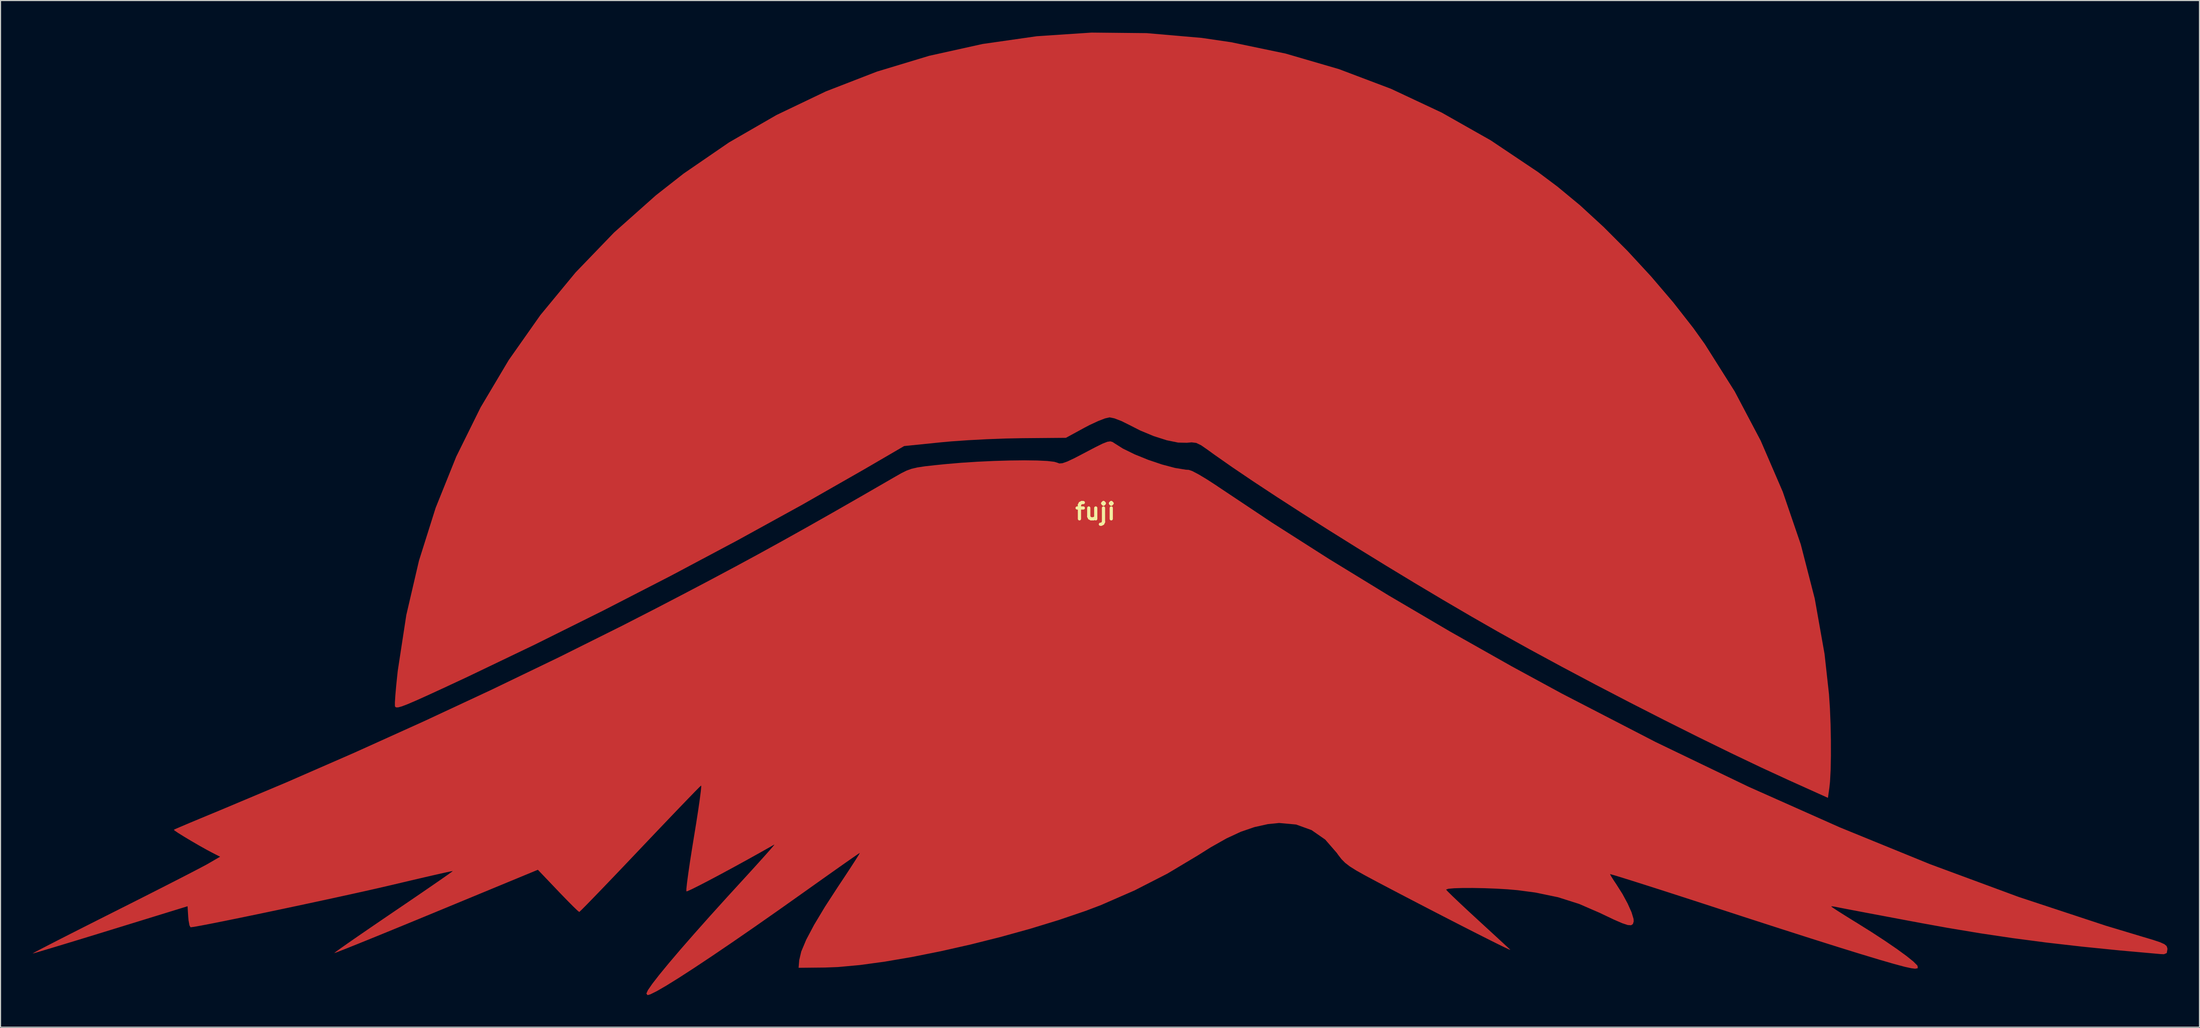
<source format=kicad_pcb>
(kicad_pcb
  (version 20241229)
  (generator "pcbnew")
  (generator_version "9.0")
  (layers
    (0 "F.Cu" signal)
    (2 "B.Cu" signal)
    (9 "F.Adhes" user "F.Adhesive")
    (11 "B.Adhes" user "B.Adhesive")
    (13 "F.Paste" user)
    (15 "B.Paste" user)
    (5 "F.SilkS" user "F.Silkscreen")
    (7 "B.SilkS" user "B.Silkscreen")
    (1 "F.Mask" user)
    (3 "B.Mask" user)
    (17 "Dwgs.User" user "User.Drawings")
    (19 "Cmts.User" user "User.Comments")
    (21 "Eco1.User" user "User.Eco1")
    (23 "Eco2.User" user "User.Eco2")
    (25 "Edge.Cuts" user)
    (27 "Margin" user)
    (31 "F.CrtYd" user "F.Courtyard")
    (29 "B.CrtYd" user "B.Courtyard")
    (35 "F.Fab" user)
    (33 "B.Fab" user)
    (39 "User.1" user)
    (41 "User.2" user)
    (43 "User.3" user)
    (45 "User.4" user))
  (footprint "fuji"
    (layer "F.Cu")
    (at 99.398 44.821)
    (property "Reference" "fuji" (at 0 0 0) (layer "F.SilkS") (effects (font (size 1.524 1.524) (thickness 0.3))))
    (attr board_only exclude_from_pos_files exclude_from_bom)
    (fp_poly (pts (xy 4.792 -44.771) (xy 9.948 -44.324) (xy 12.693 -43.921) (xy 17.793 -42.857) (xy 22.785 -41.401) (xy 27.655 -39.558) (xy 32.391 -37.334) (xy 36.978 -34.736) (xy 41.403 -31.768) (xy 43.221 -30.405) (xy 45.332 -28.658) (xy 47.545 -26.621) (xy 49.786 -24.374) (xy 51.978 -21.999) (xy 54.047 -19.575) (xy 55.918 -17.182) (xy 57 -15.67) (xy 59.799 -11.236) (xy 62.232 -6.622) (xy 64.294 -1.843) (xy 65.98 3.086) (xy 67.284 8.152) (xy 68.202 13.34) (xy 68.617 17.104) (xy 68.705 18.43) (xy 68.764 19.9) (xy 68.795 21.418) (xy 68.797 22.886) (xy 68.77 24.207) (xy 68.713 25.286) (xy 68.654 25.846) (xy 68.519 26.803) (xy 64.831 25.14) (xy 62.28 23.963) (xy 59.449 22.612) (xy 56.41 21.123) (xy 53.236 19.534) (xy 49.997 17.88) (xy 46.766 16.199) (xy 43.615 14.526) (xy 40.615 12.9) (xy 37.838 11.356) (xy 37.588 11.215) (xy 35.129 9.805) (xy 32.541 8.29) (xy 29.87 6.697) (xy 27.164 5.056) (xy 24.469 3.397) (xy 21.831 1.748) (xy 19.297 0.139) (xy 16.914 -1.401) (xy 14.728 -2.842) (xy 12.787 -4.156) (xy 11.136 -5.313) (xy 10.51 -5.767) (xy 9.89 -6.198) (xy 9.436 -6.416) (xy 9.002 -6.47) (xy 8.561 -6.429) (xy 7.743 -6.447) (xy 6.68 -6.664) (xy 5.468 -7.05) (xy 4.202 -7.576) (xy 3.168 -8.103) (xy 2.446 -8.461) (xy 1.782 -8.715) (xy 1.333 -8.808) (xy 0.906 -8.712) (xy 0.238 -8.454) (xy -0.561 -8.08) (xy -0.999 -7.85) (xy -2.756 -6.892) (xy -6.857 -6.859) (xy -8.433 -6.828) (xy -10.167 -6.762) (xy -11.907 -6.669) (xy -13.497 -6.558) (xy -14.422 -6.474) (xy -17.885 -6.122) (xy -21.694 -3.902) (xy -27.43 -0.625) (xy -33.467 2.699) (xy -39.704 6.019) (xy -46.044 9.282) (xy -52.388 12.439) (xy -58.638 15.438) (xy -61.042 16.56) (xy -62.443 17.205) (xy -63.517 17.689) (xy -64.308 18.029) (xy -64.859 18.24) (xy -65.212 18.337) (xy -65.411 18.338) (xy -65.498 18.257) (xy -65.512 18.208) (xy -65.513 17.87) (xy -65.471 17.211) (xy -65.393 16.316) (xy -65.285 15.27) (xy -65.244 14.9) (xy -64.446 9.691) (xy -63.262 4.605) (xy -61.702 -0.342) (xy -59.777 -5.131) (xy -57.496 -9.746) (xy -54.869 -14.168) (xy -51.906 -18.381) (xy -48.617 -22.368) (xy -45.013 -26.11) (xy -41.102 -29.591) (xy -38.51 -31.624) (xy -34.262 -34.542) (xy -29.817 -37.109) (xy -25.199 -39.319) (xy -20.432 -41.168) (xy -15.541 -42.648) (xy -10.549 -43.754) (xy -5.48 -44.48) (xy -0.358 -44.821)) (stroke (width 0) (type solid)) (fill yes) (layer "F.Cu"))
    (fp_poly (pts (xy 1.614 -6.501) (xy 1.741 -6.415) (xy 2.579 -5.884) (xy 3.685 -5.343) (xy 4.943 -4.833) (xy 6.237 -4.396) (xy 7.451 -4.074) (xy 8.469 -3.909) (xy 8.739 -3.895) (xy 9.066 -3.782) (xy 9.65 -3.475) (xy 10.415 -3.017) (xy 11.286 -2.453) (xy 11.505 -2.304) (xy 16.52 1.042) (xy 21.852 4.444) (xy 27.423 7.854) (xy 33.154 11.224) (xy 38.966 14.507) (xy 43.631 17.044) (xy 52.406 21.581) (xy 61.074 25.756) (xy 69.628 29.566) (xy 78.058 33.008) (xy 86.356 36.078) (xy 94.514 38.772) (xy 97.913 39.795) (xy 98.912 40.093) (xy 99.582 40.317) (xy 99.986 40.499) (xy 100.192 40.671) (xy 100.263 40.868) (xy 100.269 40.982) (xy 100.209 41.33) (xy 99.948 41.439) (xy 99.654 41.428) (xy 95.78 41.082) (xy 92.235 40.724) (xy 88.936 40.345) (xy 85.802 39.933) (xy 82.75 39.478) (xy 79.701 38.97) (xy 77.224 38.521) (xy 75.492 38.196) (xy 73.878 37.892) (xy 72.428 37.619) (xy 71.189 37.384) (xy 70.207 37.196) (xy 69.528 37.065) (xy 69.2 36.999) (xy 69.184 36.996) (xy 68.883 36.952) (xy 68.826 36.972) (xy 68.99 37.096) (xy 69.442 37.392) (xy 70.117 37.819) (xy 70.953 38.339) (xy 71.233 38.511) (xy 72.607 39.371) (xy 73.866 40.194) (xy 74.966 40.948) (xy 75.862 41.602) (xy 76.509 42.122) (xy 76.863 42.477) (xy 76.908 42.555) (xy 76.917 42.752) (xy 76.672 42.795) (xy 76.306 42.749) (xy 75.687 42.613) (xy 74.685 42.344) (xy 73.306 41.944) (xy 71.553 41.414) (xy 69.432 40.756) (xy 66.948 39.971) (xy 64.104 39.06) (xy 60.906 38.025) (xy 58.328 37.185) (xy 56.377 36.549) (xy 54.549 35.956) (xy 52.88 35.418) (xy 51.405 34.946) (xy 50.16 34.551) (xy 49.182 34.246) (xy 48.506 34.04) (xy 48.169 33.947) (xy 48.137 33.943) (xy 48.243 34.148) (xy 48.514 34.575) (xy 48.724 34.888) (xy 49.301 35.799) (xy 49.79 36.705) (xy 50.15 37.513) (xy 50.338 38.134) (xy 50.351 38.373) (xy 50.278 38.612) (xy 50.109 38.728) (xy 49.793 38.707) (xy 49.278 38.537) (xy 48.513 38.205) (xy 47.446 37.697) (xy 47.215 37.585) (xy 45.255 36.734) (xy 43.286 36.108) (xy 41.165 35.667) (xy 39.491 35.446) (xy 38.545 35.363) (xy 37.484 35.301) (xy 36.382 35.259) (xy 35.311 35.239) (xy 34.344 35.241) (xy 33.556 35.265) (xy 33.02 35.313) (xy 32.808 35.384) (xy 32.808 35.396) (xy 32.974 35.58) (xy 33.395 35.994) (xy 34.022 36.592) (xy 34.808 37.329) (xy 35.705 38.157) (xy 35.744 38.194) (xy 36.655 39.03) (xy 37.468 39.779) (xy 38.133 40.392) (xy 38.599 40.824) (xy 38.815 41.027) (xy 38.817 41.029) (xy 38.699 40.993) (xy 38.258 40.788) (xy 37.535 40.434) (xy 36.571 39.951) (xy 35.404 39.361) (xy 34.077 38.683) (xy 32.629 37.939) (xy 31.1 37.149) (xy 29.532 36.334) (xy 27.963 35.514) (xy 26.435 34.71) (xy 26.375 34.678) (xy 25.24 34.071) (xy 24.403 33.602) (xy 23.799 33.222) (xy 23.359 32.883) (xy 23.018 32.538) (xy 22.708 32.137) (xy 22.58 31.955) (xy 21.498 30.709) (xy 20.222 29.821) (xy 18.777 29.3) (xy 17.187 29.156) (xy 16.138 29.261) (xy 14.87 29.543) (xy 13.608 29.977) (xy 12.271 30.597) (xy 10.779 31.44) (xy 9.579 32.195) (xy 6.742 33.892) (xy 3.664 35.469) (xy 0.513 36.844) (xy -0.922 37.388) (xy -3.432 38.241) (xy -6.102 39.059) (xy -8.872 39.827) (xy -11.679 40.532) (xy -14.46 41.16) (xy -17.153 41.699) (xy -19.695 42.134) (xy -22.025 42.452) (xy -24.08 42.64) (xy -25.298 42.686) (xy -27.756 42.709) (xy -27.698 42) (xy -27.507 41.185) (xy -27.043 40.081) (xy -26.304 38.686) (xy -25.289 36.995) (xy -24.09 35.148) (xy -23.426 34.148) (xy -22.854 33.276) (xy -22.408 32.585) (xy -22.121 32.127) (xy -22.028 31.955) (xy -22.028 31.955) (xy -22.206 32.069) (xy -22.676 32.393) (xy -23.396 32.897) (xy -24.327 33.553) (xy -25.426 34.331) (xy -26.653 35.203) (xy -27.18 35.578) (xy -29.605 37.297) (xy -31.87 38.883) (xy -33.955 40.323) (xy -35.843 41.605) (xy -37.512 42.716) (xy -38.945 43.644) (xy -40.121 44.375) (xy -41.022 44.897) (xy -41.628 45.197) (xy -41.883 45.269) (xy -41.991 45.119) (xy -41.991 45.116) (xy -41.851 44.803) (xy -41.446 44.216) (xy -40.793 43.374) (xy -39.91 42.299) (xy -38.815 41.011) (xy -37.524 39.532) (xy -36.056 37.881) (xy -34.429 36.081) (xy -33.293 34.839) (xy -32.357 33.816) (xy -31.531 32.906) (xy -30.851 32.149) (xy -30.35 31.583) (xy -30.065 31.246) (xy -30.016 31.17) (xy -31.285 31.888) (xy -32.583 32.611) (xy -33.859 33.311) (xy -35.063 33.962) (xy -36.144 34.536) (xy -37.053 35.008) (xy -37.739 35.35) (xy -38.152 35.535) (xy -38.251 35.559) (xy -38.252 35.332) (xy -38.191 34.758) (xy -38.076 33.893) (xy -37.915 32.794) (xy -37.715 31.518) (xy -37.552 30.516) (xy -37.331 29.159) (xy -37.144 27.949) (xy -36.999 26.941) (xy -36.902 26.189) (xy -36.861 25.746) (xy -36.872 25.65) (xy -37.039 25.807) (xy -37.457 26.229) (xy -38.093 26.885) (xy -38.919 27.743) (xy -39.901 28.77) (xy -41.011 29.934) (xy -42.216 31.203) (xy -42.589 31.596) (xy -43.815 32.888) (xy -44.953 34.082) (xy -45.973 35.147) (xy -46.843 36.049) (xy -47.533 36.759) (xy -48.013 37.244) (xy -48.252 37.472) (xy -48.272 37.485) (xy -48.445 37.345) (xy -48.843 36.962) (xy -49.411 36.39) (xy -50.094 35.684) (xy -50.259 35.51) (xy -52.141 33.535) (xy -61.636 37.464) (xy -63.494 38.231) (xy -65.233 38.946) (xy -66.818 39.595) (xy -68.213 40.163) (xy -69.382 40.635) (xy -70.288 40.997) (xy -70.897 41.234) (xy -71.172 41.332) (xy -71.184 41.334) (xy -71.033 41.209) (xy -70.582 40.883) (xy -69.87 40.382) (xy -68.935 39.733) (xy -67.817 38.965) (xy -66.556 38.103) (xy -65.647 37.485) (xy -64.31 36.577) (xy -63.09 35.744) (xy -62.027 35.014) (xy -61.159 34.414) (xy -60.525 33.97) (xy -60.166 33.71) (xy -60.098 33.653) (xy -60.3 33.687) (xy -60.849 33.805) (xy -61.695 33.996) (xy -62.788 34.248) (xy -64.076 34.549) (xy -65.509 34.888) (xy -65.762 34.948) (xy -66.874 35.207) (xy -68.216 35.511) (xy -69.74 35.849) (xy -71.396 36.211) (xy -73.137 36.587) (xy -74.915 36.967) (xy -76.68 37.341) (xy -78.384 37.698) (xy -79.979 38.028) (xy -81.417 38.321) (xy -82.649 38.567) (xy -83.627 38.755) (xy -84.301 38.876) (xy -84.625 38.919) (xy -84.626 38.919) (xy -84.728 38.735) (xy -84.814 38.267) (xy -84.844 37.934) (xy -84.906 36.949) (xy -92.075 39.159) (xy -93.714 39.664) (xy -95.23 40.128) (xy -96.577 40.538) (xy -97.712 40.881) (xy -98.59 41.144) (xy -99.167 41.313) (xy -99.397 41.374) (xy -99.398 41.374) (xy -99.254 41.286) (xy -98.781 41.034) (xy -98.015 40.636) (xy -96.993 40.111) (xy -95.751 39.479) (xy -94.327 38.757) (xy -92.757 37.964) (xy -91.819 37.492) (xy -90.123 36.638) (xy -88.503 35.818) (xy -87.002 35.055) (xy -85.668 34.372) (xy -84.544 33.793) (xy -83.677 33.34) (xy -83.111 33.038) (xy -82.973 32.96) (xy -81.86 32.313) (xy -82.461 32.009) (xy -83.068 31.688) (xy -83.786 31.287) (xy -84.532 30.854) (xy -85.226 30.439) (xy -85.783 30.091) (xy -86.124 29.858) (xy -86.188 29.789) (xy -85.988 29.695) (xy -85.463 29.469) (xy -84.67 29.133) (xy -83.663 28.712) (xy -82.497 28.228) (xy -81.929 27.993) (xy -75.69 25.367) (xy -69.301 22.576) (xy -62.86 19.665) (xy -56.467 16.681) (xy -50.221 13.669) (xy -44.222 10.677) (xy -41.126 9.089) (xy -38.489 7.715) (xy -36.055 6.434) (xy -33.758 5.209) (xy -31.527 4.001) (xy -29.296 2.772) (xy -26.995 1.486) (xy -24.555 0.103) (xy -21.908 -1.413) (xy -18.986 -3.101) (xy -18.707 -3.262) (xy -18.141 -3.584) (xy -17.668 -3.82) (xy -17.199 -3.991) (xy -16.649 -4.12) (xy -15.931 -4.229) (xy -14.957 -4.337) (xy -13.996 -4.434) (xy -12.546 -4.558) (xy -11.024 -4.656) (xy -9.491 -4.728) (xy -8.009 -4.771) (xy -6.641 -4.786) (xy -5.449 -4.771) (xy -4.494 -4.726) (xy -3.84 -4.649) (xy -3.585 -4.572) (xy -3.364 -4.494) (xy -3.068 -4.519) (xy -2.629 -4.673) (xy -1.978 -4.979) (xy -1.049 -5.462) (xy -0.922 -5.53) (xy 0.023 -6.027) (xy 0.679 -6.35) (xy 1.116 -6.521) (xy 1.404 -6.563)) (stroke (width 0) (type solid)) (fill yes) (layer "F.Cu"))
    (fp_poly (pts (xy 4.792 -44.771) (xy 9.948 -44.324) (xy 12.693 -43.921) (xy 17.793 -42.857) (xy 22.785 -41.401) (xy 27.655 -39.558) (xy 32.391 -37.334) (xy 36.978 -34.736) (xy 41.403 -31.768) (xy 43.221 -30.405) (xy 45.332 -28.658) (xy 47.545 -26.621) (xy 49.786 -24.374) (xy 51.978 -21.999) (xy 54.047 -19.575) (xy 55.918 -17.182) (xy 57 -15.67) (xy 59.799 -11.236) (xy 62.232 -6.622) (xy 64.294 -1.843) (xy 65.98 3.086) (xy 67.284 8.152) (xy 68.202 13.34) (xy 68.617 17.104) (xy 68.705 18.43) (xy 68.764 19.9) (xy 68.795 21.418) (xy 68.797 22.886) (xy 68.77 24.207) (xy 68.713 25.286) (xy 68.654 25.846) (xy 68.519 26.803) (xy 64.831 25.14) (xy 62.28 23.963) (xy 59.449 22.612) (xy 56.41 21.123) (xy 53.236 19.534) (xy 49.997 17.88) (xy 46.766 16.199) (xy 43.615 14.526) (xy 40.615 12.9) (xy 37.838 11.356) (xy 37.588 11.215) (xy 35.129 9.805) (xy 32.541 8.29) (xy 29.87 6.697) (xy 27.164 5.056) (xy 24.469 3.397) (xy 21.831 1.748) (xy 19.297 0.139) (xy 16.914 -1.401) (xy 14.728 -2.842) (xy 12.787 -4.156) (xy 11.136 -5.313) (xy 10.51 -5.767) (xy 9.89 -6.198) (xy 9.436 -6.416) (xy 9.002 -6.47) (xy 8.561 -6.429) (xy 7.743 -6.447) (xy 6.68 -6.664) (xy 5.468 -7.05) (xy 4.202 -7.576) (xy 3.168 -8.103) (xy 2.446 -8.461) (xy 1.782 -8.715) (xy 1.333 -8.808) (xy 0.906 -8.712) (xy 0.238 -8.454) (xy -0.561 -8.08) (xy -0.999 -7.85) (xy -2.756 -6.892) (xy -6.857 -6.859) (xy -8.433 -6.828) (xy -10.167 -6.762) (xy -11.907 -6.669) (xy -13.497 -6.558) (xy -14.422 -6.474) (xy -17.885 -6.122) (xy -21.694 -3.902) (xy -27.43 -0.625) (xy -33.467 2.699) (xy -39.704 6.019) (xy -46.044 9.282) (xy -52.388 12.439) (xy -58.638 15.438) (xy -61.042 16.56) (xy -62.443 17.205) (xy -63.517 17.689) (xy -64.308 18.029) (xy -64.859 18.24) (xy -65.212 18.337) (xy -65.411 18.338) (xy -65.498 18.257) (xy -65.512 18.208) (xy -65.513 17.87) (xy -65.471 17.211) (xy -65.393 16.316) (xy -65.285 15.27) (xy -65.244 14.9) (xy -64.446 9.691) (xy -63.262 4.605) (xy -61.702 -0.342) (xy -59.777 -5.131) (xy -57.496 -9.746) (xy -54.869 -14.168) (xy -51.906 -18.381) (xy -48.617 -22.368) (xy -45.013 -26.11) (xy -41.102 -29.591) (xy -38.51 -31.624) (xy -34.262 -34.542) (xy -29.817 -37.109) (xy -25.199 -39.319) (xy -20.432 -41.168) (xy -15.541 -42.648) (xy -10.549 -43.754) (xy -5.48 -44.48) (xy -0.358 -44.821)) (stroke (width 0) (type solid)) (fill yes) (layer "F.Mask"))
    (fp_poly (pts (xy 1.614 -6.501) (xy 1.741 -6.415) (xy 2.579 -5.884) (xy 3.685 -5.343) (xy 4.943 -4.833) (xy 6.237 -4.396) (xy 7.451 -4.074) (xy 8.469 -3.909) (xy 8.739 -3.895) (xy 9.066 -3.782) (xy 9.65 -3.475) (xy 10.415 -3.017) (xy 11.286 -2.453) (xy 11.505 -2.304) (xy 16.52 1.042) (xy 21.852 4.444) (xy 27.423 7.854) (xy 33.154 11.224) (xy 38.966 14.507) (xy 43.631 17.044) (xy 52.406 21.581) (xy 61.074 25.756) (xy 69.628 29.566) (xy 78.058 33.008) (xy 86.356 36.078) (xy 94.514 38.772) (xy 97.913 39.795) (xy 98.912 40.093) (xy 99.582 40.317) (xy 99.986 40.499) (xy 100.192 40.671) (xy 100.263 40.868) (xy 100.269 40.982) (xy 100.209 41.33) (xy 99.948 41.439) (xy 99.654 41.428) (xy 95.78 41.082) (xy 92.235 40.724) (xy 88.936 40.345) (xy 85.802 39.933) (xy 82.75 39.478) (xy 79.701 38.97) (xy 77.224 38.521) (xy 75.492 38.196) (xy 73.878 37.892) (xy 72.428 37.619) (xy 71.189 37.384) (xy 70.207 37.196) (xy 69.528 37.065) (xy 69.2 36.999) (xy 69.184 36.996) (xy 68.883 36.952) (xy 68.826 36.972) (xy 68.99 37.096) (xy 69.442 37.392) (xy 70.117 37.819) (xy 70.953 38.339) (xy 71.233 38.511) (xy 72.607 39.371) (xy 73.866 40.194) (xy 74.966 40.948) (xy 75.862 41.602) (xy 76.509 42.122) (xy 76.863 42.477) (xy 76.908 42.555) (xy 76.917 42.752) (xy 76.672 42.795) (xy 76.306 42.749) (xy 75.687 42.613) (xy 74.685 42.344) (xy 73.306 41.944) (xy 71.553 41.414) (xy 69.432 40.756) (xy 66.948 39.971) (xy 64.104 39.06) (xy 60.906 38.025) (xy 58.328 37.185) (xy 56.377 36.549) (xy 54.549 35.956) (xy 52.88 35.418) (xy 51.405 34.946) (xy 50.16 34.551) (xy 49.182 34.246) (xy 48.506 34.04) (xy 48.169 33.947) (xy 48.137 33.943) (xy 48.243 34.148) (xy 48.514 34.575) (xy 48.724 34.888) (xy 49.301 35.799) (xy 49.79 36.705) (xy 50.15 37.513) (xy 50.338 38.134) (xy 50.351 38.373) (xy 50.278 38.612) (xy 50.109 38.728) (xy 49.793 38.707) (xy 49.278 38.537) (xy 48.513 38.205) (xy 47.446 37.697) (xy 47.215 37.585) (xy 45.255 36.734) (xy 43.286 36.108) (xy 41.165 35.667) (xy 39.491 35.446) (xy 38.545 35.363) (xy 37.484 35.301) (xy 36.382 35.259) (xy 35.311 35.239) (xy 34.344 35.241) (xy 33.556 35.265) (xy 33.02 35.313) (xy 32.808 35.384) (xy 32.808 35.396) (xy 32.974 35.58) (xy 33.395 35.994) (xy 34.022 36.592) (xy 34.808 37.329) (xy 35.705 38.157) (xy 35.744 38.194) (xy 36.655 39.03) (xy 37.468 39.779) (xy 38.133 40.392) (xy 38.599 40.824) (xy 38.815 41.027) (xy 38.817 41.029) (xy 38.699 40.993) (xy 38.258 40.788) (xy 37.535 40.434) (xy 36.571 39.951) (xy 35.404 39.361) (xy 34.077 38.683) (xy 32.629 37.939) (xy 31.1 37.149) (xy 29.532 36.334) (xy 27.963 35.514) (xy 26.435 34.71) (xy 26.375 34.678) (xy 25.24 34.071) (xy 24.403 33.602) (xy 23.799 33.222) (xy 23.359 32.883) (xy 23.018 32.538) (xy 22.708 32.137) (xy 22.58 31.955) (xy 21.498 30.709) (xy 20.222 29.821) (xy 18.777 29.3) (xy 17.187 29.156) (xy 16.138 29.261) (xy 14.87 29.543) (xy 13.608 29.977) (xy 12.271 30.597) (xy 10.779 31.44) (xy 9.579 32.195) (xy 6.742 33.892) (xy 3.664 35.469) (xy 0.513 36.844) (xy -0.922 37.388) (xy -3.432 38.241) (xy -6.102 39.059) (xy -8.872 39.827) (xy -11.679 40.532) (xy -14.46 41.16) (xy -17.153 41.699) (xy -19.695 42.134) (xy -22.025 42.452) (xy -24.08 42.64) (xy -25.298 42.686) (xy -27.756 42.709) (xy -27.698 42) (xy -27.507 41.185) (xy -27.043 40.081) (xy -26.304 38.686) (xy -25.289 36.995) (xy -24.09 35.148) (xy -23.426 34.148) (xy -22.854 33.276) (xy -22.408 32.585) (xy -22.121 32.127) (xy -22.028 31.955) (xy -22.028 31.955) (xy -22.206 32.069) (xy -22.676 32.393) (xy -23.396 32.897) (xy -24.327 33.553) (xy -25.426 34.331) (xy -26.653 35.203) (xy -27.18 35.578) (xy -29.605 37.297) (xy -31.87 38.883) (xy -33.955 40.323) (xy -35.843 41.605) (xy -37.512 42.716) (xy -38.945 43.644) (xy -40.121 44.375) (xy -41.022 44.897) (xy -41.628 45.197) (xy -41.883 45.269) (xy -41.991 45.119) (xy -41.991 45.116) (xy -41.851 44.803) (xy -41.446 44.216) (xy -40.793 43.374) (xy -39.91 42.299) (xy -38.815 41.011) (xy -37.524 39.532) (xy -36.056 37.881) (xy -34.429 36.081) (xy -33.293 34.839) (xy -32.357 33.816) (xy -31.531 32.906) (xy -30.851 32.149) (xy -30.35 31.583) (xy -30.065 31.246) (xy -30.016 31.17) (xy -31.285 31.888) (xy -32.583 32.611) (xy -33.859 33.311) (xy -35.063 33.962) (xy -36.144 34.536) (xy -37.053 35.008) (xy -37.739 35.35) (xy -38.152 35.535) (xy -38.251 35.559) (xy -38.252 35.332) (xy -38.191 34.758) (xy -38.076 33.893) (xy -37.915 32.794) (xy -37.715 31.518) (xy -37.552 30.516) (xy -37.331 29.159) (xy -37.144 27.949) (xy -36.999 26.941) (xy -36.902 26.189) (xy -36.861 25.746) (xy -36.872 25.65) (xy -37.039 25.807) (xy -37.457 26.229) (xy -38.093 26.885) (xy -38.919 27.743) (xy -39.901 28.77) (xy -41.011 29.934) (xy -42.216 31.203) (xy -42.589 31.596) (xy -43.815 32.888) (xy -44.953 34.082) (xy -45.973 35.147) (xy -46.843 36.049) (xy -47.533 36.759) (xy -48.013 37.244) (xy -48.252 37.472) (xy -48.272 37.485) (xy -48.445 37.345) (xy -48.843 36.962) (xy -49.411 36.39) (xy -50.094 35.684) (xy -50.259 35.51) (xy -52.141 33.535) (xy -61.636 37.464) (xy -63.494 38.231) (xy -65.233 38.946) (xy -66.818 39.595) (xy -68.213 40.163) (xy -69.382 40.635) (xy -70.288 40.997) (xy -70.897 41.234) (xy -71.172 41.332) (xy -71.184 41.334) (xy -71.033 41.209) (xy -70.582 40.883) (xy -69.87 40.382) (xy -68.935 39.733) (xy -67.817 38.965) (xy -66.556 38.103) (xy -65.647 37.485) (xy -64.31 36.577) (xy -63.09 35.744) (xy -62.027 35.014) (xy -61.159 34.414) (xy -60.525 33.97) (xy -60.166 33.71) (xy -60.098 33.653) (xy -60.3 33.687) (xy -60.849 33.805) (xy -61.695 33.996) (xy -62.788 34.248) (xy -64.076 34.549) (xy -65.509 34.888) (xy -65.762 34.948) (xy -66.874 35.207) (xy -68.216 35.511) (xy -69.74 35.849) (xy -71.396 36.211) (xy -73.137 36.587) (xy -74.915 36.967) (xy -76.68 37.341) (xy -78.384 37.698) (xy -79.979 38.028) (xy -81.417 38.321) (xy -82.649 38.567) (xy -83.627 38.755) (xy -84.301 38.876) (xy -84.625 38.919) (xy -84.626 38.919) (xy -84.728 38.735) (xy -84.814 38.267) (xy -84.844 37.934) (xy -84.906 36.949) (xy -92.075 39.159) (xy -93.714 39.664) (xy -95.23 40.128) (xy -96.577 40.538) (xy -97.712 40.881) (xy -98.59 41.144) (xy -99.167 41.313) (xy -99.397 41.374) (xy -99.398 41.374) (xy -99.254 41.286) (xy -98.781 41.034) (xy -98.015 40.636) (xy -96.993 40.111) (xy -95.751 39.479) (xy -94.327 38.757) (xy -92.757 37.964) (xy -91.819 37.492) (xy -90.123 36.638) (xy -88.503 35.818) (xy -87.002 35.055) (xy -85.668 34.372) (xy -84.544 33.793) (xy -83.677 33.34) (xy -83.111 33.038) (xy -82.973 32.96) (xy -81.86 32.313) (xy -82.461 32.009) (xy -83.068 31.688) (xy -83.786 31.287) (xy -84.532 30.854) (xy -85.226 30.439) (xy -85.783 30.091) (xy -86.124 29.858) (xy -86.188 29.789) (xy -85.988 29.695) (xy -85.463 29.469) (xy -84.67 29.133) (xy -83.663 28.712) (xy -82.497 28.228) (xy -81.929 27.993) (xy -75.69 25.367) (xy -69.301 22.576) (xy -62.86 19.665) (xy -56.467 16.681) (xy -50.221 13.669) (xy -44.222 10.677) (xy -41.126 9.089) (xy -38.489 7.715) (xy -36.055 6.434) (xy -33.758 5.209) (xy -31.527 4.001) (xy -29.296 2.772) (xy -26.995 1.486) (xy -24.555 0.103) (xy -21.908 -1.413) (xy -18.986 -3.101) (xy -18.707 -3.262) (xy -18.141 -3.584) (xy -17.668 -3.82) (xy -17.199 -3.991) (xy -16.649 -4.12) (xy -15.931 -4.229) (xy -14.957 -4.337) (xy -13.996 -4.434) (xy -12.546 -4.558) (xy -11.024 -4.656) (xy -9.491 -4.728) (xy -8.009 -4.771) (xy -6.641 -4.786) (xy -5.449 -4.771) (xy -4.494 -4.726) (xy -3.84 -4.649) (xy -3.585 -4.572) (xy -3.364 -4.494) (xy -3.068 -4.519) (xy -2.629 -4.673) (xy -1.978 -4.979) (xy -1.049 -5.462) (xy -0.922 -5.53) (xy 0.023 -6.027) (xy 0.679 -6.35) (xy 1.116 -6.521) (xy 1.404 -6.563)) (stroke (width 0) (type solid)) (fill yes) (layer "F.Mask")))
  (gr_rect
    (start -3 -3)
    (end 202.667 93.091)
    (stroke (width 0.1) (type default))
    (fill no)
    (layer "Edge.Cuts")))
</source>
